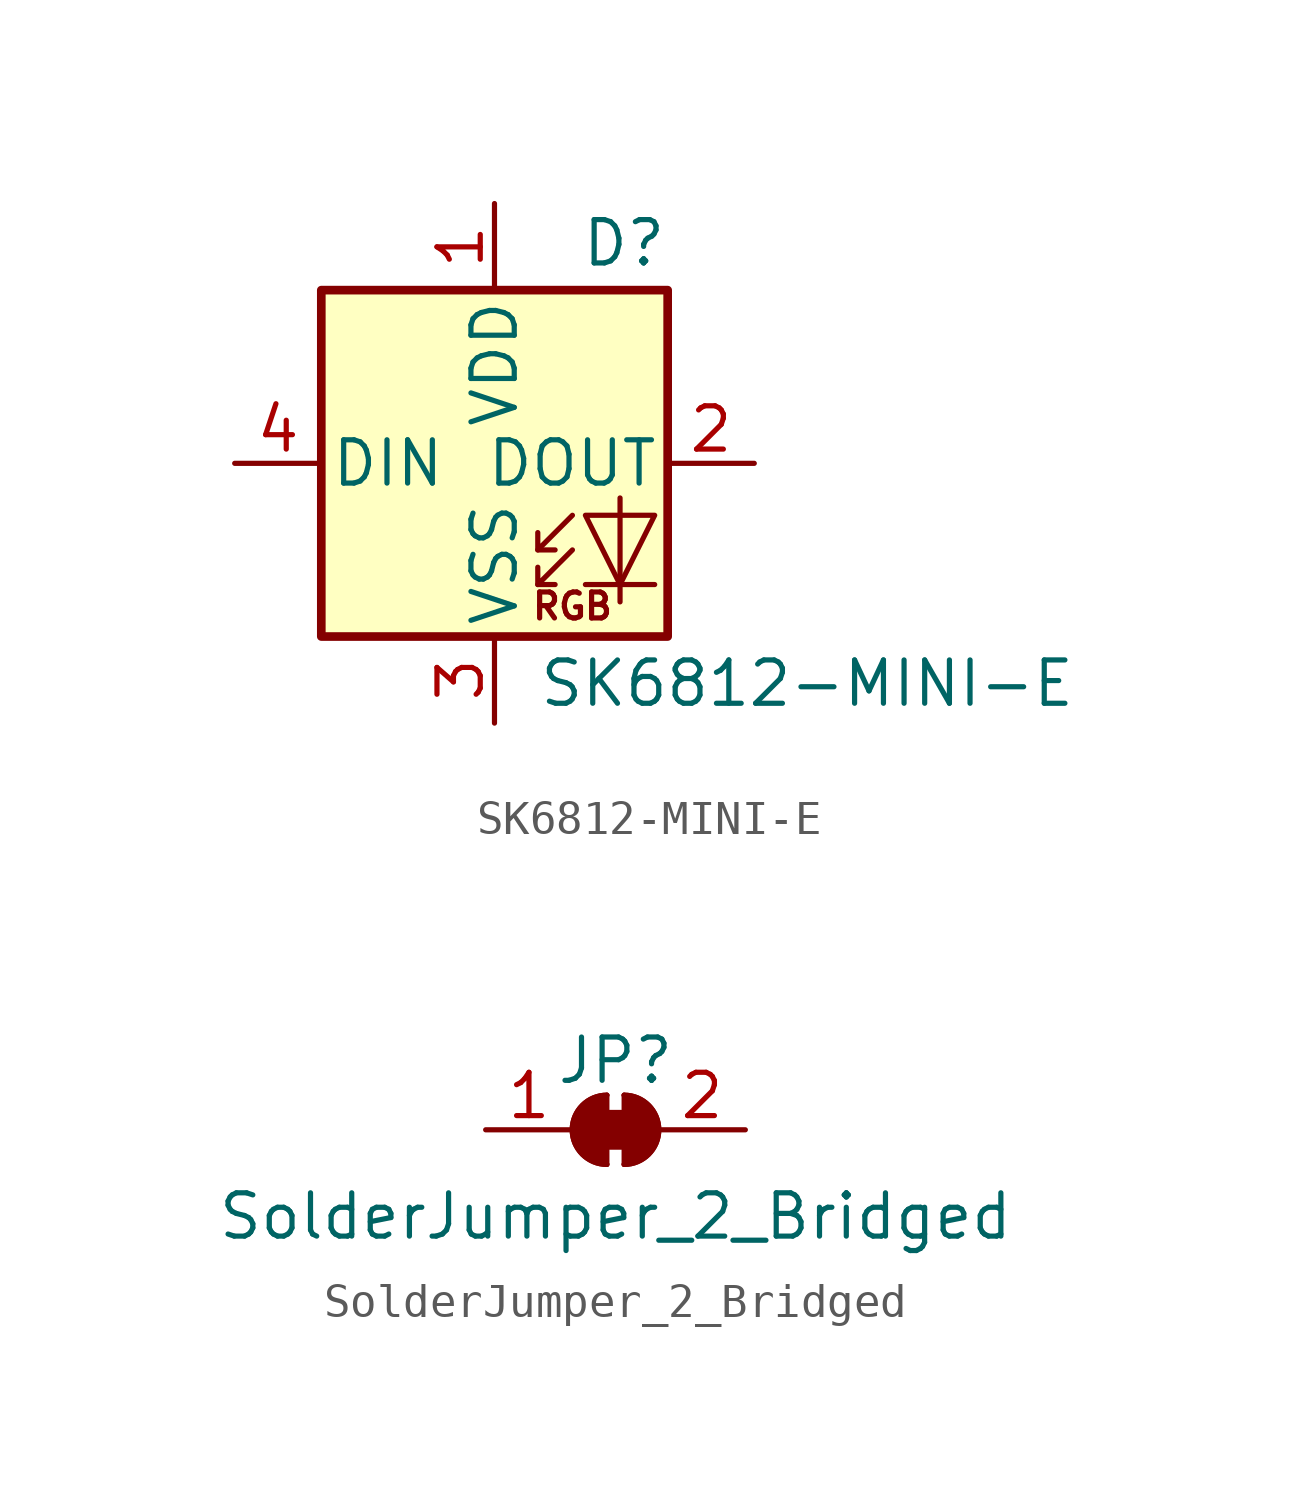
<source format=kicad_sym>
(kicad_symbol_lib
  (version 20231120)
  (generator "kicad_symbol_editor")
  (generator_version "8.0")
  (symbol "SK6812-MINI-E"
    (pin_names
      (offset 0.254))
    (property "Reference" "D"
      (at 5.08 5.715 0)
      (effects (font (size 1.27 1.27)) (justify right bottom)))
    (property "Value" "SK6812-MINI-E"
      (at 1.27 -5.715 0)
      (effects (font (size 1.27 1.27)) (justify left top)))
    (symbol "SK6812-MINI-E_0_0"
      (text "RGB" (at 2.286 -4.191 0) (effects (font (size 0.762 0.762)))))
    (symbol "SK6812-MINI-E_0_1"
      (polyline (pts (xy 1.27 -3.556) (xy 1.778 -3.556)) (stroke (width 0) (type solid)) (fill (type none)))
      (polyline (pts (xy 1.27 -2.54) (xy 1.778 -2.54)) (stroke (width 0) (type solid)) (fill (type none)))
      (polyline (pts (xy 4.699 -3.556) (xy 2.667 -3.556)) (stroke (width 0) (type solid)) (fill (type none)))
      (polyline (pts (xy 2.286 -2.54) (xy 1.27 -3.556) (xy 1.27 -3.048)) (stroke (width 0) (type solid)) (fill (type none)))
      (polyline (pts (xy 2.286 -1.524) (xy 1.27 -2.54) (xy 1.27 -2.032)) (stroke (width 0) (type solid)) (fill (type none)))
      (polyline (pts (xy 3.683 -1.016) (xy 3.683 -3.556) (xy 3.683 -4.064)) (stroke (width 0) (type solid)) (fill (type none)))
      (polyline (pts (xy 4.699 -1.524) (xy 2.667 -1.524) (xy 3.683 -3.556) (xy 4.699 -1.524)) (stroke (width 0) (type solid)) (fill (type none)))
      (rectangle (start 5.08 5.08) (end -5.08 -5.08) (stroke (width 0.254) (type solid)) (fill (type background))))
    (symbol "SK6812-MINI-E_1_1"
      (pin power_in line (at 0 7.62 270) (length 2.54) (name "VDD" (effects (font (size 1.27 1.27)))) (number "1" (effects (font (size 1.27 1.27)))))
      (pin output line (at 7.62 0 180) (length 2.54) (name "DOUT" (effects (font (size 1.27 1.27)))) (number "2" (effects (font (size 1.27 1.27)))))
      (pin power_in line (at 0 -7.62 90) (length 2.54) (name "VSS" (effects (font (size 1.27 1.27)))) (number "3" (effects (font (size 1.27 1.27)))))
      (pin input line (at -7.62 0 0) (length 2.54) (name "DIN" (effects (font (size 1.27 1.27)))) (number "4" (effects (font (size 1.27 1.27)))))))
  (symbol "SolderJumper_2_Bridged"
    (pin_names
      (offset 0) hide)
    (property "Reference" "JP"
      (at 0 2.032 0)
      (effects (font (size 1.27 1.27))))
    (property "Value" "SolderJumper_2_Bridged"
      (at 0 -2.54 0)
      (effects (font (size 1.27 1.27))))
    (symbol "SolderJumper_2_Bridged_0_1"
      (rectangle (start -0.508 0.508) (end 0.508 -0.508) (stroke (width 0) (type solid)) (fill (type outline)))
      (arc (start -0.254 1.016) (mid -1.27 0) (end -0.254 -1.016) (stroke (width 0) (type solid)) (fill (type none)))
      (arc (start -0.254 1.016) (mid -1.27 0) (end -0.254 -1.016) (stroke (width 0) (type solid)) (fill (type outline)))
      (polyline (pts (xy -0.254 1.016) (xy -0.254 -1.016)) (stroke (width 0) (type solid)) (fill (type none)))
      (polyline (pts (xy 0.254 1.016) (xy 0.254 -1.016)) (stroke (width 0) (type solid)) (fill (type none)))
      (arc (start 0.254 -1.016) (mid 1.27 0) (end 0.254 1.016) (stroke (width 0) (type solid)) (fill (type none)))
      (arc (start 0.254 -1.016) (mid 1.27 0) (end 0.254 1.016) (stroke (width 0) (type solid)) (fill (type outline))))
    (symbol "SolderJumper_2_Bridged_1_1"
      (pin passive line (at -3.81 0 0) (length 2.54) (name "A" (effects (font (size 1.27 1.27)))) (number "1" (effects (font (size 1.27 1.27)))))
      (pin passive line (at 3.81 0 180) (length 2.54) (name "B" (effects (font (size 1.27 1.27)))) (number "2" (effects (font (size 1.27 1.27))))))))
</source>
